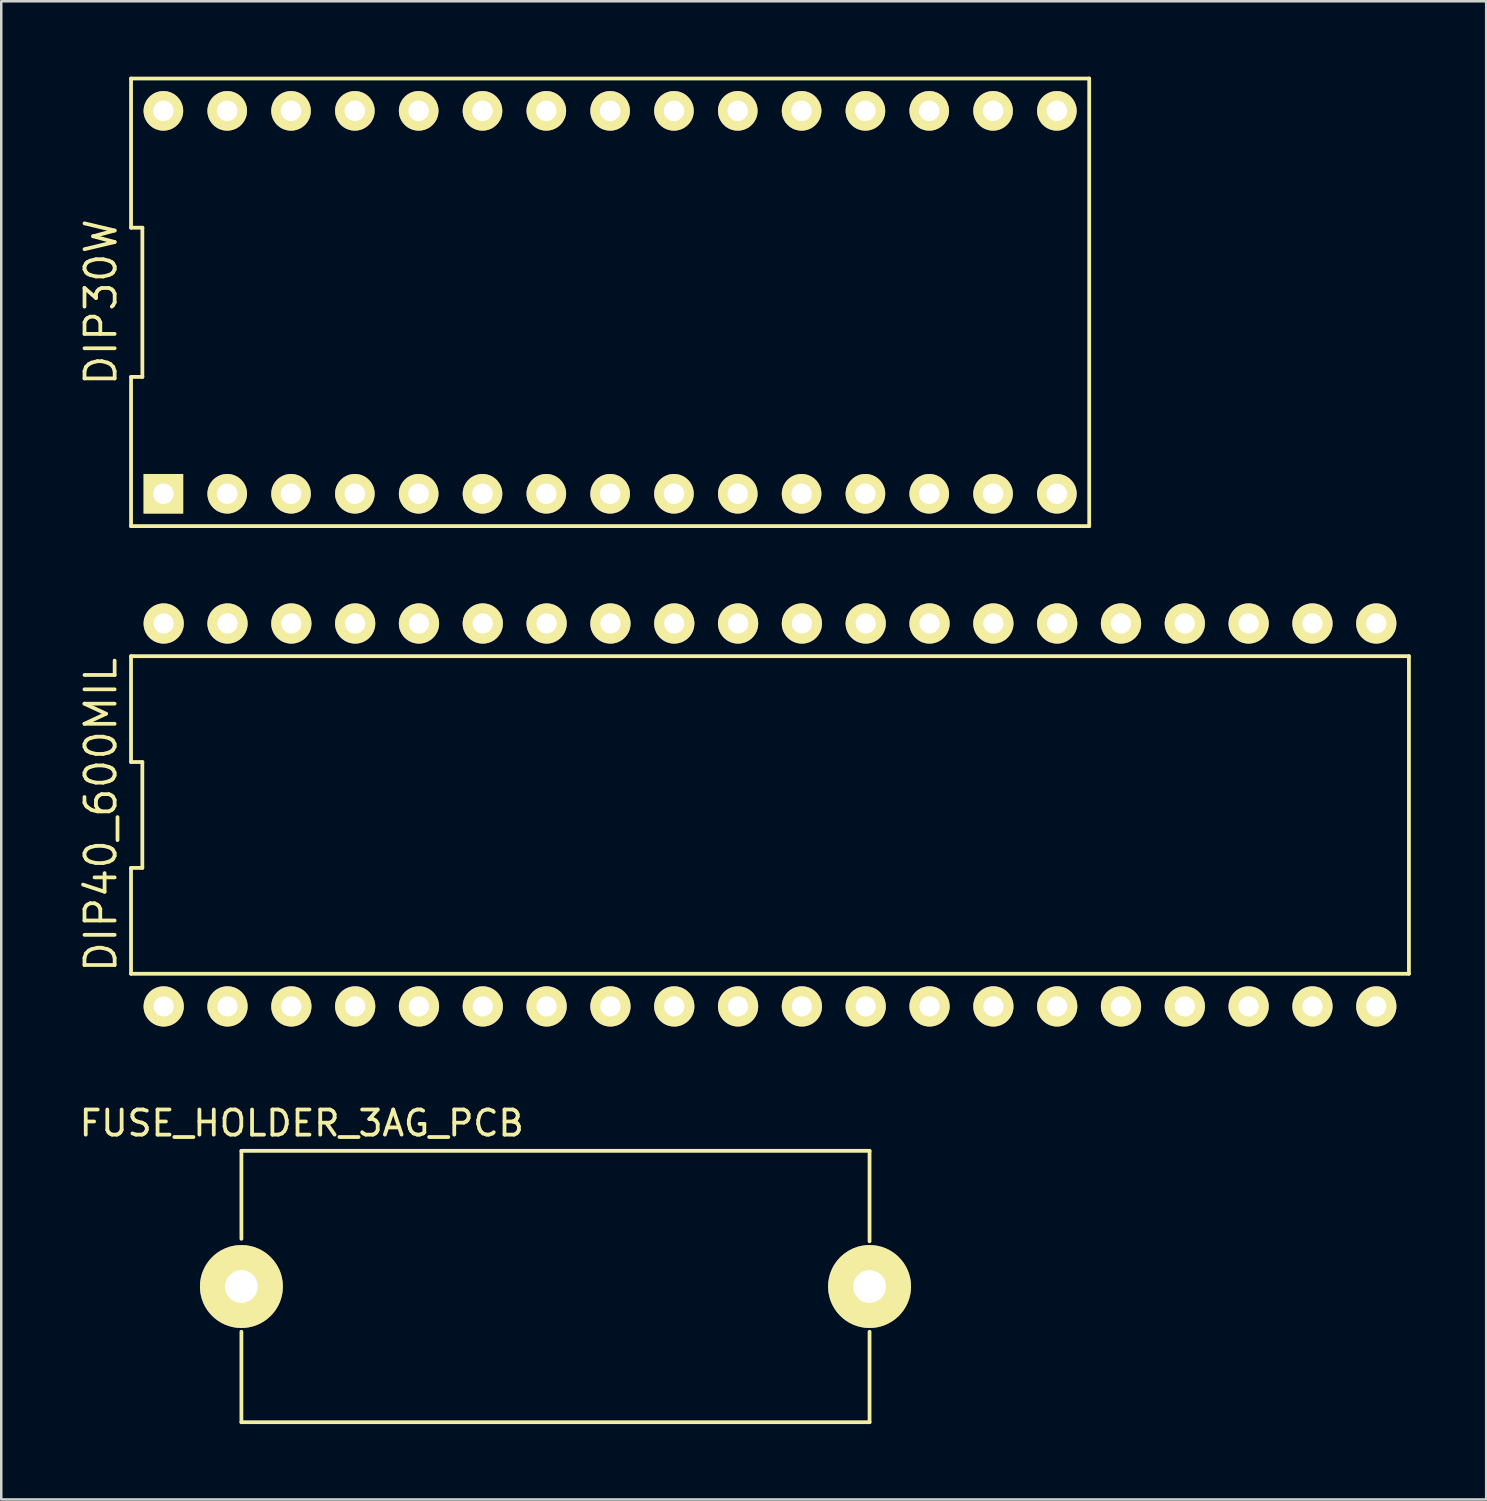
<source format=kicad_pcb>
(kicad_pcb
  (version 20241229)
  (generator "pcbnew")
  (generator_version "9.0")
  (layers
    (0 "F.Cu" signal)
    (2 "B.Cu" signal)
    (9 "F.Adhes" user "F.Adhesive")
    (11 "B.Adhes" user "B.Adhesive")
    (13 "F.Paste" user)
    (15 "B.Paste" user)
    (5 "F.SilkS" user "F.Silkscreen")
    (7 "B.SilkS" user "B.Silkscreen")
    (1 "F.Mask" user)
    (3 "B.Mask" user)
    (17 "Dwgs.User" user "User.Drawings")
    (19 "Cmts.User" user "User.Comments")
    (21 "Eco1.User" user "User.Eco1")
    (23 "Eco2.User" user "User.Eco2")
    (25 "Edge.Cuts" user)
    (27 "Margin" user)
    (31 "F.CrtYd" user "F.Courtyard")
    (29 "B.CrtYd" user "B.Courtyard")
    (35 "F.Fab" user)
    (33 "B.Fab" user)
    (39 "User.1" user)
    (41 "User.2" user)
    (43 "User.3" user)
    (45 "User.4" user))
  (footprint "FUSE_HOLDER_3AG_PCB"
    (layer "F.Cu")
    (at 19.058 48.153)
    (property "Reference" "FUSE_HOLDER_3AG_PCB" (at -10.1 -6.5 0) (layer "F.SilkS") (effects (font (size 1 1) (thickness 0.15))))
    (attr through_hole)
    (fp_line (start -12.5 -5.4) (end 12.5 -5.4) (stroke (width 0.15) (type solid)) (layer "F.SilkS"))
    (fp_line (start -12.5 -1.9) (end -12.5 -5.4) (stroke (width 0.15) (type solid)) (layer "F.SilkS"))
    (fp_line (start -12.5 5.4) (end -12.5 1.8) (stroke (width 0.15) (type solid)) (layer "F.SilkS"))
    (fp_line (start 12.5 -5.4) (end 12.5 -1.8) (stroke (width 0.15) (type solid)) (layer "F.SilkS"))
    (fp_line (start 12.5 5.4) (end -12.5 5.4) (stroke (width 0.15) (type solid)) (layer "F.SilkS"))
    (fp_line (start 12.5 5.4) (end 12.5 1.8) (stroke (width 0.15) (type solid)) (layer "F.SilkS"))
    (pad "1" thru_hole circle (at -12.5 0) (size 3.3 3.3) (drill 1.3) (layers "*.Cu" "*.Mask" "F.SilkS"))
    (pad "2" thru_hole circle (at 12.5 0) (size 3.3 3.3) (drill 1.3) (layers "*.Cu" "*.Mask" "F.SilkS")))
  (footprint "DIP40_600MIL"
    (layer "F.Cu")
    (at 27.595 29.385)
    (property "Reference" "DIP40_600MIL" (at -26.63 0 90) (layer "F.SilkS") (effects (font (size 1.2 1.2) (thickness 0.15))))
    (attr through_hole)
    (fp_line (start -25.43 -6.32) (end -25.43 -2.107) (stroke (width 0.15) (type solid)) (layer "F.SilkS"))
    (fp_line (start -25.43 -2.107) (end -24.98 -2.107) (stroke (width 0.15) (type solid)) (layer "F.SilkS"))
    (fp_line (start -25.43 2.107) (end -25.43 6.32) (stroke (width 0.15) (type solid)) (layer "F.SilkS"))
    (fp_line (start -25.43 6.32) (end 25.43 6.32) (stroke (width 0.15) (type solid)) (layer "F.SilkS"))
    (fp_line (start -24.98 -2.107) (end -24.98 2.107) (stroke (width 0.15) (type solid)) (layer "F.SilkS"))
    (fp_line (start -24.98 2.107) (end -25.43 2.107) (stroke (width 0.15) (type solid)) (layer "F.SilkS"))
    (fp_line (start 25.43 -6.32) (end -25.43 -6.32) (stroke (width 0.15) (type solid)) (layer "F.SilkS"))
    (fp_line (start 25.43 6.32) (end 25.43 -6.32) (stroke (width 0.15) (type solid)) (layer "F.SilkS"))
    (pad "1" thru_hole circle (at -24.13 7.62) (size 1.6 1.6) (drill 0.8) (layers "*.Cu" "*.Mask" "F.SilkS"))
    (pad "2" thru_hole circle (at -21.59 7.62) (size 1.6 1.6) (drill 0.8) (layers "*.Cu" "*.Mask" "F.SilkS"))
    (pad "3" thru_hole circle (at -19.05 7.62) (size 1.6 1.6) (drill 0.8) (layers "*.Cu" "*.Mask" "F.SilkS"))
    (pad "4" thru_hole circle (at -16.51 7.62) (size 1.6 1.6) (drill 0.8) (layers "*.Cu" "*.Mask" "F.SilkS"))
    (pad "5" thru_hole circle (at -13.97 7.62) (size 1.6 1.6) (drill 0.8) (layers "*.Cu" "*.Mask" "F.SilkS"))
    (pad "6" thru_hole circle (at -11.43 7.62) (size 1.6 1.6) (drill 0.8) (layers "*.Cu" "*.Mask" "F.SilkS"))
    (pad "7" thru_hole circle (at -8.89 7.62) (size 1.6 1.6) (drill 0.8) (layers "*.Cu" "*.Mask" "F.SilkS"))
    (pad "8" thru_hole circle (at -6.35 7.62) (size 1.6 1.6) (drill 0.8) (layers "*.Cu" "*.Mask" "F.SilkS"))
    (pad "9" thru_hole circle (at -3.81 7.62) (size 1.6 1.6) (drill 0.8) (layers "*.Cu" "*.Mask" "F.SilkS"))
    (pad "10" thru_hole circle (at -1.27 7.62) (size 1.6 1.6) (drill 0.8) (layers "*.Cu" "*.Mask" "F.SilkS"))
    (pad "11" thru_hole circle (at 1.27 7.62) (size 1.6 1.6) (drill 0.8) (layers "*.Cu" "*.Mask" "F.SilkS"))
    (pad "12" thru_hole circle (at 3.81 7.62) (size 1.6 1.6) (drill 0.8) (layers "*.Cu" "*.Mask" "F.SilkS"))
    (pad "13" thru_hole circle (at 6.35 7.62) (size 1.6 1.6) (drill 0.8) (layers "*.Cu" "*.Mask" "F.SilkS"))
    (pad "14" thru_hole circle (at 8.89 7.62) (size 1.6 1.6) (drill 0.8) (layers "*.Cu" "*.Mask" "F.SilkS"))
    (pad "15" thru_hole circle (at 11.43 7.62) (size 1.6 1.6) (drill 0.8) (layers "*.Cu" "*.Mask" "F.SilkS"))
    (pad "16" thru_hole circle (at 13.97 7.62) (size 1.6 1.6) (drill 0.8) (layers "*.Cu" "*.Mask" "F.SilkS"))
    (pad "17" thru_hole circle (at 16.51 7.62) (size 1.6 1.6) (drill 0.8) (layers "*.Cu" "*.Mask" "F.SilkS"))
    (pad "18" thru_hole circle (at 19.05 7.62) (size 1.6 1.6) (drill 0.8) (layers "*.Cu" "*.Mask" "F.SilkS"))
    (pad "19" thru_hole circle (at 21.59 7.62) (size 1.6 1.6) (drill 0.8) (layers "*.Cu" "*.Mask" "F.SilkS"))
    (pad "20" thru_hole circle (at 24.13 7.62) (size 1.6 1.6) (drill 0.8) (layers "*.Cu" "*.Mask" "F.SilkS"))
    (pad "21" thru_hole circle (at 24.13 -7.62) (size 1.6 1.6) (drill 0.8) (layers "*.Cu" "*.Mask" "F.SilkS"))
    (pad "22" thru_hole circle (at 21.59 -7.62) (size 1.6 1.6) (drill 0.8) (layers "*.Cu" "*.Mask" "F.SilkS"))
    (pad "23" thru_hole circle (at 19.05 -7.62) (size 1.6 1.6) (drill 0.8) (layers "*.Cu" "*.Mask" "F.SilkS"))
    (pad "24" thru_hole circle (at 16.51 -7.62) (size 1.6 1.6) (drill 0.8) (layers "*.Cu" "*.Mask" "F.SilkS"))
    (pad "25" thru_hole circle (at 13.97 -7.62) (size 1.6 1.6) (drill 0.8) (layers "*.Cu" "*.Mask" "F.SilkS"))
    (pad "26" thru_hole circle (at 11.43 -7.62) (size 1.6 1.6) (drill 0.8) (layers "*.Cu" "*.Mask" "F.SilkS"))
    (pad "27" thru_hole circle (at 8.89 -7.62) (size 1.6 1.6) (drill 0.8) (layers "*.Cu" "*.Mask" "F.SilkS"))
    (pad "28" thru_hole circle (at 6.35 -7.62) (size 1.6 1.6) (drill 0.8) (layers "*.Cu" "*.Mask" "F.SilkS"))
    (pad "29" thru_hole circle (at 3.81 -7.62) (size 1.6 1.6) (drill 0.8) (layers "*.Cu" "*.Mask" "F.SilkS"))
    (pad "30" thru_hole circle (at 1.27 -7.62) (size 1.6 1.6) (drill 0.8) (layers "*.Cu" "*.Mask" "F.SilkS"))
    (pad "31" thru_hole circle (at -1.27 -7.62) (size 1.6 1.6) (drill 0.8) (layers "*.Cu" "*.Mask" "F.SilkS"))
    (pad "32" thru_hole circle (at -3.81 -7.62) (size 1.6 1.6) (drill 0.8) (layers "*.Cu" "*.Mask" "F.SilkS"))
    (pad "33" thru_hole circle (at -6.35 -7.62) (size 1.6 1.6) (drill 0.8) (layers "*.Cu" "*.Mask" "F.SilkS"))
    (pad "34" thru_hole circle (at -8.89 -7.62) (size 1.6 1.6) (drill 0.8) (layers "*.Cu" "*.Mask" "F.SilkS"))
    (pad "35" thru_hole circle (at -11.43 -7.62) (size 1.6 1.6) (drill 0.8) (layers "*.Cu" "*.Mask" "F.SilkS"))
    (pad "36" thru_hole circle (at -13.97 -7.62) (size 1.6 1.6) (drill 0.8) (layers "*.Cu" "*.Mask" "F.SilkS"))
    (pad "37" thru_hole circle (at -16.51 -7.62) (size 1.6 1.6) (drill 0.8) (layers "*.Cu" "*.Mask" "F.SilkS"))
    (pad "38" thru_hole circle (at -19.05 -7.62) (size 1.6 1.6) (drill 0.8) (layers "*.Cu" "*.Mask" "F.SilkS"))
    (pad "39" thru_hole circle (at -21.59 -7.62) (size 1.6 1.6) (drill 0.8) (layers "*.Cu" "*.Mask" "F.SilkS"))
    (pad "40" thru_hole circle (at -24.13 -7.62) (size 1.6 1.6) (drill 0.8) (layers "*.Cu" "*.Mask" "F.SilkS")))
  (footprint "DIP30W"
    (layer "F.Cu")
    (at 21.233 8.982)
    (property "Reference" "DIP30W" (at -20.267 0 90) (layer "F.SilkS") (effects (font (size 1.2 1.2) (thickness 0.15))))
    (attr through_hole)
    (fp_line (start -19.067 -8.907) (end -19.067 -2.969) (stroke (width 0.15) (type solid)) (layer "F.SilkS"))
    (fp_line (start -19.067 -2.969) (end -18.617 -2.969) (stroke (width 0.15) (type solid)) (layer "F.SilkS"))
    (fp_line (start -19.067 2.969) (end -19.067 8.907) (stroke (width 0.15) (type solid)) (layer "F.SilkS"))
    (fp_line (start -19.067 8.907) (end 19.067 8.907) (stroke (width 0.15) (type solid)) (layer "F.SilkS"))
    (fp_line (start -18.617 -2.969) (end -18.617 2.969) (stroke (width 0.15) (type solid)) (layer "F.SilkS"))
    (fp_line (start -18.617 2.969) (end -19.067 2.969) (stroke (width 0.15) (type solid)) (layer "F.SilkS"))
    (fp_line (start 19.067 -8.907) (end -19.067 -8.907) (stroke (width 0.15) (type solid)) (layer "F.SilkS"))
    (fp_line (start 19.067 8.907) (end 19.067 -8.907) (stroke (width 0.15) (type solid)) (layer "F.SilkS"))
    (pad "1" thru_hole rect (at -17.78 7.62) (size 1.575 1.575) (drill 0.813) (layers "*.Cu" "*.Mask" "F.SilkS"))
    (pad "2" thru_hole circle (at -15.24 7.62) (size 1.575 1.575) (drill 0.813) (layers "*.Cu" "*.Mask" "F.SilkS"))
    (pad "3" thru_hole circle (at -12.7 7.62) (size 1.575 1.575) (drill 0.813) (layers "*.Cu" "*.Mask" "F.SilkS"))
    (pad "4" thru_hole circle (at -10.16 7.62) (size 1.575 1.575) (drill 0.813) (layers "*.Cu" "*.Mask" "F.SilkS"))
    (pad "5" thru_hole circle (at -7.62 7.62) (size 1.575 1.575) (drill 0.813) (layers "*.Cu" "*.Mask" "F.SilkS"))
    (pad "6" thru_hole circle (at -5.08 7.62) (size 1.575 1.575) (drill 0.813) (layers "*.Cu" "*.Mask" "F.SilkS"))
    (pad "7" thru_hole circle (at -2.54 7.62) (size 1.575 1.575) (drill 0.813) (layers "*.Cu" "*.Mask" "F.SilkS"))
    (pad "8" thru_hole circle (at 0 7.62) (size 1.575 1.575) (drill 0.813) (layers "*.Cu" "*.Mask" "F.SilkS"))
    (pad "9" thru_hole circle (at 2.54 7.62) (size 1.575 1.575) (drill 0.813) (layers "*.Cu" "*.Mask" "F.SilkS"))
    (pad "10" thru_hole circle (at 5.08 7.62) (size 1.575 1.575) (drill 0.813) (layers "*.Cu" "*.Mask" "F.SilkS"))
    (pad "11" thru_hole circle (at 7.62 7.62) (size 1.575 1.575) (drill 0.813) (layers "*.Cu" "*.Mask" "F.SilkS"))
    (pad "12" thru_hole circle (at 10.16 7.62) (size 1.575 1.575) (drill 0.813) (layers "*.Cu" "*.Mask" "F.SilkS"))
    (pad "13" thru_hole circle (at 12.7 7.62) (size 1.575 1.575) (drill 0.813) (layers "*.Cu" "*.Mask" "F.SilkS"))
    (pad "14" thru_hole circle (at 15.24 7.62) (size 1.575 1.575) (drill 0.813) (layers "*.Cu" "*.Mask" "F.SilkS"))
    (pad "15" thru_hole circle (at 17.78 7.62) (size 1.575 1.575) (drill 0.813) (layers "*.Cu" "*.Mask" "F.SilkS"))
    (pad "16" thru_hole circle (at 17.78 -7.62) (size 1.575 1.575) (drill 0.813) (layers "*.Cu" "*.Mask" "F.SilkS"))
    (pad "17" thru_hole circle (at 15.24 -7.62) (size 1.575 1.575) (drill 0.813) (layers "*.Cu" "*.Mask" "F.SilkS"))
    (pad "18" thru_hole circle (at 12.7 -7.62) (size 1.575 1.575) (drill 0.813) (layers "*.Cu" "*.Mask" "F.SilkS"))
    (pad "19" thru_hole circle (at 10.16 -7.62) (size 1.575 1.575) (drill 0.813) (layers "*.Cu" "*.Mask" "F.SilkS"))
    (pad "20" thru_hole circle (at 7.62 -7.62) (size 1.575 1.575) (drill 0.813) (layers "*.Cu" "*.Mask" "F.SilkS"))
    (pad "21" thru_hole circle (at 5.08 -7.62) (size 1.575 1.575) (drill 0.813) (layers "*.Cu" "*.Mask" "F.SilkS"))
    (pad "22" thru_hole circle (at 2.54 -7.62) (size 1.575 1.575) (drill 0.813) (layers "*.Cu" "*.Mask" "F.SilkS"))
    (pad "23" thru_hole circle (at 0 -7.62) (size 1.575 1.575) (drill 0.813) (layers "*.Cu" "*.Mask" "F.SilkS"))
    (pad "24" thru_hole circle (at -2.54 -7.62) (size 1.575 1.575) (drill 0.813) (layers "*.Cu" "*.Mask" "F.SilkS"))
    (pad "25" thru_hole circle (at -5.08 -7.62) (size 1.575 1.575) (drill 0.813) (layers "*.Cu" "*.Mask" "F.SilkS"))
    (pad "26" thru_hole circle (at -7.62 -7.62) (size 1.575 1.575) (drill 0.813) (layers "*.Cu" "*.Mask" "F.SilkS"))
    (pad "27" thru_hole circle (at -10.16 -7.62) (size 1.575 1.575) (drill 0.813) (layers "*.Cu" "*.Mask" "F.SilkS"))
    (pad "28" thru_hole circle (at -12.7 -7.62) (size 1.575 1.575) (drill 0.813) (layers "*.Cu" "*.Mask" "F.SilkS"))
    (pad "29" thru_hole circle (at -15.24 -7.62) (size 1.575 1.575) (drill 0.813) (layers "*.Cu" "*.Mask" "F.SilkS"))
    (pad "30" thru_hole circle (at -17.78 -7.62) (size 1.575 1.575) (drill 0.813) (layers "*.Cu" "*.Mask" "F.SilkS")))
  (gr_rect
    (start -3 -3)
    (end 56.1 56.628)
    (stroke (width 0.1) (type default))
    (fill no)
    (layer "Edge.Cuts")))
</source>
